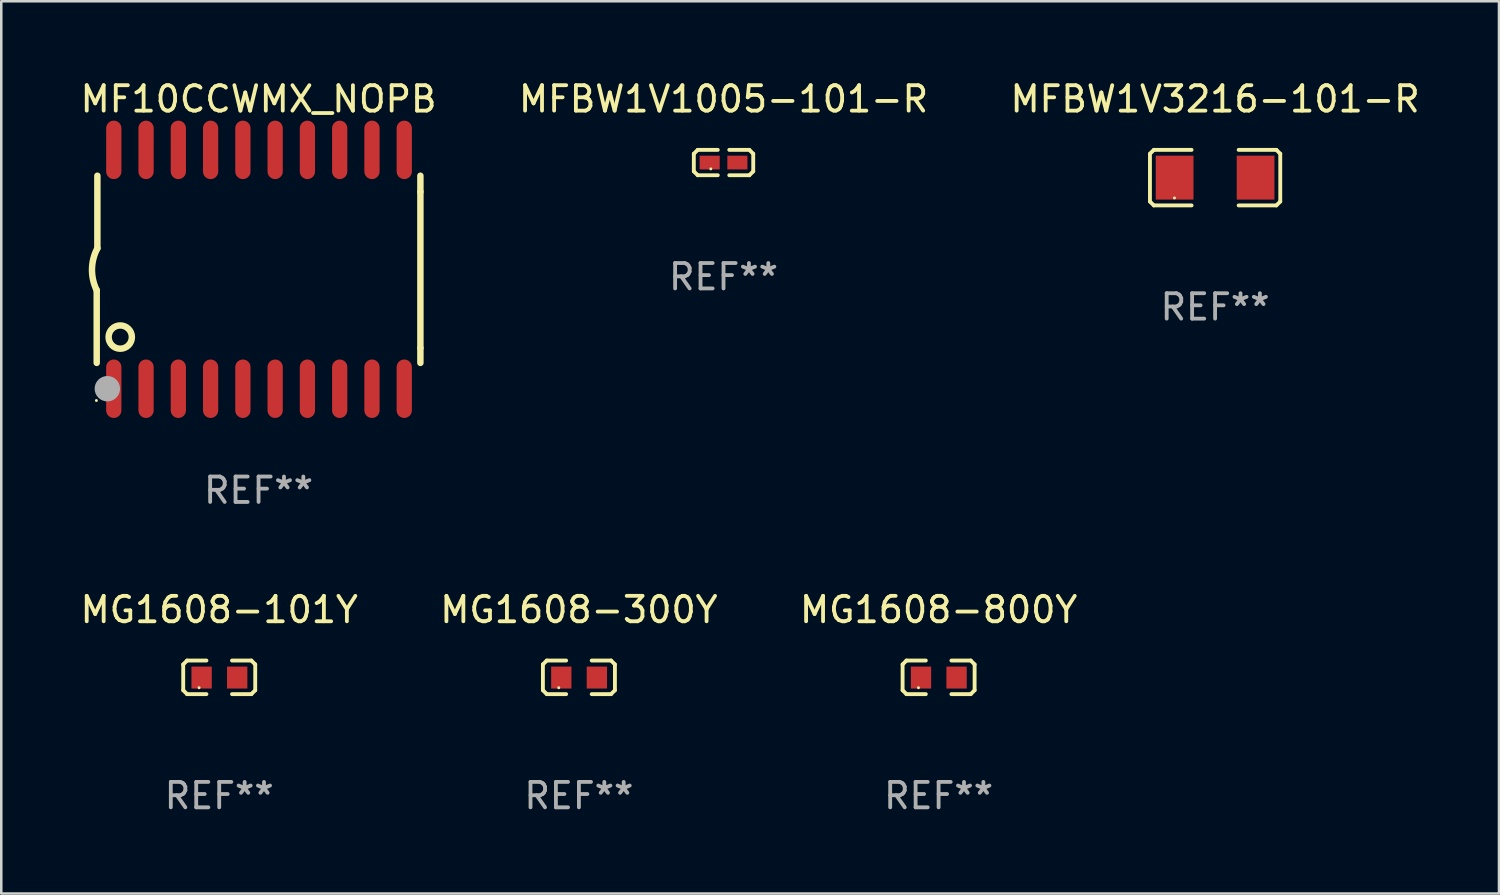
<source format=kicad_pcb>
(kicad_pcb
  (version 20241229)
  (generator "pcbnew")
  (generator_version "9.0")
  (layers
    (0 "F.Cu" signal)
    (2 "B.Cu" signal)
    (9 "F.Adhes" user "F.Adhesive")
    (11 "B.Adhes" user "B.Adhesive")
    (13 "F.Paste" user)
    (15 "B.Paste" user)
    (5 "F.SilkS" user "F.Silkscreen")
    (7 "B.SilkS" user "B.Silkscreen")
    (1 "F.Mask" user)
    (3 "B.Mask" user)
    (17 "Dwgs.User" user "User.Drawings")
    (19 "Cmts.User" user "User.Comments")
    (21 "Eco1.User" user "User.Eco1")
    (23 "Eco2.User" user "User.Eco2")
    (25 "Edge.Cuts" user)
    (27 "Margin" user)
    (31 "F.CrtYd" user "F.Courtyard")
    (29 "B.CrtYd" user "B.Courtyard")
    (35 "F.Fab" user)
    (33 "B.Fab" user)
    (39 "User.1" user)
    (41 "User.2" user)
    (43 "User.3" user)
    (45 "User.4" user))
  (footprint "MG1608-101Y"
    (layer "F.Cu")
    (at 5.577 23.605)
    (property "Reference" "MG1608-101Y" (at 0 -2.661 0) (layer "F.SilkS") (effects (font (size 1 1) (thickness 0.15))))
    (attr through_hole)
    (fp_line (start -1.417 -0.508) (end -1.265 -0.661) (stroke (width 0.152) (type solid)) (layer "F.SilkS"))
    (fp_line (start -1.417 0.508) (end -1.417 -0.508) (stroke (width 0.152) (type solid)) (layer "F.SilkS"))
    (fp_line (start -1.265 -0.661) (end -0.503 -0.661) (stroke (width 0.152) (type solid)) (layer "F.SilkS"))
    (fp_line (start -1.265 0.661) (end -1.417 0.508) (stroke (width 0.152) (type solid)) (layer "F.SilkS"))
    (fp_line (start -1.265 0.661) (end -0.503 0.661) (stroke (width 0.152) (type solid)) (layer "F.SilkS"))
    (fp_line (start 1.265 -0.661) (end 0.503 -0.661) (stroke (width 0.152) (type solid)) (layer "F.SilkS"))
    (fp_line (start 1.265 -0.661) (end 1.417 -0.508) (stroke (width 0.152) (type solid)) (layer "F.SilkS"))
    (fp_line (start 1.265 0.661) (end 0.503 0.661) (stroke (width 0.152) (type solid)) (layer "F.SilkS"))
    (fp_line (start 1.417 -0.508) (end 1.417 0.508) (stroke (width 0.152) (type solid)) (layer "F.SilkS"))
    (fp_line (start 1.417 0.508) (end 1.265 0.661) (stroke (width 0.152) (type solid)) (layer "F.SilkS"))
    (fp_circle (center -0.793 0.409) (end -0.763 0.409) (stroke (width 0.06) (type solid)) (fill no) (layer "F.SilkS"))
    (fp_text user "REF**" (at 0 4.661 0) (layer "F.Fab") (effects (font (size 1 1) (thickness 0.15))))
    (pad "1" smd rect (at -0.693 0.009 180) (size 0.8 0.864) (layers "F.Cu" "F.Mask" "F.Paste"))
    (pad "2" smd rect (at 0.707 0.009 180) (size 0.8 0.864) (layers "F.Cu" "F.Mask" "F.Paste")))
  (footprint "MG1608-800Y"
    (layer "F.Cu")
    (at 33.887 23.605)
    (property "Reference" "MG1608-800Y" (at 0 -2.661 0) (layer "F.SilkS") (effects (font (size 1 1) (thickness 0.15))))
    (attr through_hole)
    (fp_line (start -1.417 -0.508) (end -1.265 -0.661) (stroke (width 0.152) (type solid)) (layer "F.SilkS"))
    (fp_line (start -1.417 0.508) (end -1.417 -0.508) (stroke (width 0.152) (type solid)) (layer "F.SilkS"))
    (fp_line (start -1.265 -0.661) (end -0.503 -0.661) (stroke (width 0.152) (type solid)) (layer "F.SilkS"))
    (fp_line (start -1.265 0.661) (end -1.417 0.508) (stroke (width 0.152) (type solid)) (layer "F.SilkS"))
    (fp_line (start -1.265 0.661) (end -0.503 0.661) (stroke (width 0.152) (type solid)) (layer "F.SilkS"))
    (fp_line (start 1.265 -0.661) (end 0.503 -0.661) (stroke (width 0.152) (type solid)) (layer "F.SilkS"))
    (fp_line (start 1.265 -0.661) (end 1.417 -0.508) (stroke (width 0.152) (type solid)) (layer "F.SilkS"))
    (fp_line (start 1.265 0.661) (end 0.503 0.661) (stroke (width 0.152) (type solid)) (layer "F.SilkS"))
    (fp_line (start 1.417 -0.508) (end 1.417 0.508) (stroke (width 0.152) (type solid)) (layer "F.SilkS"))
    (fp_line (start 1.417 0.508) (end 1.265 0.661) (stroke (width 0.152) (type solid)) (layer "F.SilkS"))
    (fp_circle (center -0.793 0.409) (end -0.763 0.409) (stroke (width 0.06) (type solid)) (fill no) (layer "F.SilkS"))
    (fp_text user "REF**" (at 0 4.661 0) (layer "F.Fab") (effects (font (size 1 1) (thickness 0.15))))
    (pad "1" smd rect (at -0.693 0.009 180) (size 0.8 0.864) (layers "F.Cu" "F.Mask" "F.Paste"))
    (pad "2" smd rect (at 0.707 0.009 180) (size 0.8 0.864) (layers "F.Cu" "F.Mask" "F.Paste")))
  (footprint "MFBW1V3216-101-R"
    (layer "F.Cu")
    (at 44.768 3.941)
    (property "Reference" "MFBW1V3216-101-R" (at 0 -3.093 0) (layer "F.SilkS") (effects (font (size 1 1) (thickness 0.15))))
    (attr through_hole)
    (fp_line (start -2.564 -0.94) (end -2.411 -1.093) (stroke (width 0.152) (type solid)) (layer "F.SilkS"))
    (fp_line (start -2.564 0.94) (end -2.564 -0.94) (stroke (width 0.152) (type solid)) (layer "F.SilkS"))
    (fp_line (start -2.411 -1.093) (end -0.926 -1.093) (stroke (width 0.152) (type solid)) (layer "F.SilkS"))
    (fp_line (start -2.411 1.093) (end -2.564 0.94) (stroke (width 0.152) (type solid)) (layer "F.SilkS"))
    (fp_line (start -0.926 1.093) (end -2.411 1.093) (stroke (width 0.152) (type solid)) (layer "F.SilkS"))
    (fp_line (start 0.926 1.093) (end 2.411 1.093) (stroke (width 0.152) (type solid)) (layer "F.SilkS"))
    (fp_line (start 2.411 -1.093) (end 0.926 -1.093) (stroke (width 0.152) (type solid)) (layer "F.SilkS"))
    (fp_line (start 2.411 1.093) (end 2.564 0.94) (stroke (width 0.152) (type solid)) (layer "F.SilkS"))
    (fp_line (start 2.564 -0.94) (end 2.411 -1.093) (stroke (width 0.152) (type solid)) (layer "F.SilkS"))
    (fp_line (start 2.564 0.94) (end 2.564 -0.94) (stroke (width 0.152) (type solid)) (layer "F.SilkS"))
    (fp_circle (center -1.6 0.8) (end -1.57 0.8) (stroke (width 0.06) (type solid)) (fill no) (layer "F.SilkS"))
    (fp_text user "REF**" (at 0 5.093 0) (layer "F.Fab") (effects (font (size 1 1) (thickness 0.15))))
    (pad "1" smd rect (at -1.593 0) (size 1.485 1.728) (layers "F.Cu" "F.Mask" "F.Paste"))
    (pad "2" smd rect (at 1.593 0) (size 1.485 1.728) (layers "F.Cu" "F.Mask" "F.Paste")))
  (footprint "MF10CCWMX_NOPB"
    (layer "F.Cu")
    (at 7.125 7.548)
    (property "Reference" "MF10CCWMX_NOPB" (at 0 -6.7 0) (layer "F.SilkS") (effects (font (size 1 1) (thickness 0.15))))
    (attr through_hole)
    (fp_line (start -6.369 0.826) (end -6.369 3.683) (stroke (width 0.254) (type solid)) (layer "F.SilkS"))
    (fp_line (start -6.343 -0.825) (end -6.343 -3.683) (stroke (width 0.254) (type solid)) (layer "F.SilkS"))
    (fp_line (start 6.369 -3.048) (end 6.369 -3.683) (stroke (width 0.254) (type solid)) (layer "F.SilkS"))
    (fp_line (start 6.369 -3.048) (end 6.369 3.096) (stroke (width 0.254) (type solid)) (layer "F.SilkS"))
    (fp_line (start 6.369 3.096) (end 6.369 3.683) (stroke (width 0.254) (type solid)) (layer "F.SilkS"))
    (fp_arc (start -6.36853 0.825552) (mid -6.554743 -0.00301) (end -6.343129 -0.825451) (stroke (width 0.254001) (type solid)) (layer "F.SilkS"))
    (fp_circle (center -6.382 5.163) (end -6.352 5.163) (stroke (width 0.06) (type solid)) (fill no) (layer "F.SilkS"))
    (fp_circle (center -5.443 2.667) (end -4.985 2.667) (stroke (width 0.254) (type solid)) (fill no) (layer "F.SilkS"))
    (fp_circle (center -5.951 4.699) (end -5.701 4.699) (stroke (width 0.5) (type solid)) (fill no) (layer "F.Fab"))
    (fp_text user "REF**" (at 0 8.7 0) (layer "F.Fab") (effects (font (size 1 1) (thickness 0.15))))
    (pad "1" smd oval (at -5.697 4.7 180) (size 0.6 2.3) (layers "F.Cu" "F.Mask" "F.Paste"))
    (pad "2" smd oval (at -4.427 4.7 180) (size 0.6 2.3) (layers "F.Cu" "F.Mask" "F.Paste"))
    (pad "3" smd oval (at -3.157 4.7 180) (size 0.6 2.3) (layers "F.Cu" "F.Mask" "F.Paste"))
    (pad "4" smd oval (at -1.887 4.7 180) (size 0.6 2.3) (layers "F.Cu" "F.Mask" "F.Paste"))
    (pad "5" smd oval (at -0.617 4.7 180) (size 0.6 2.3) (layers "F.Cu" "F.Mask" "F.Paste"))
    (pad "6" smd oval (at 0.653 4.7 180) (size 0.6 2.3) (layers "F.Cu" "F.Mask" "F.Paste"))
    (pad "7" smd oval (at 1.923 4.7 180) (size 0.6 2.3) (layers "F.Cu" "F.Mask" "F.Paste"))
    (pad "8" smd oval (at 3.193 4.7 180) (size 0.6 2.3) (layers "F.Cu" "F.Mask" "F.Paste"))
    (pad "9" smd oval (at 4.463 4.7 180) (size 0.6 2.3) (layers "F.Cu" "F.Mask" "F.Paste"))
    (pad "10" smd oval (at 5.734 4.7 180) (size 0.6 2.3) (layers "F.Cu" "F.Mask" "F.Paste"))
    (pad "11" smd oval (at 5.734 -4.7 180) (size 0.6 2.3) (layers "F.Cu" "F.Mask" "F.Paste"))
    (pad "12" smd oval (at 4.463 -4.7 180) (size 0.6 2.3) (layers "F.Cu" "F.Mask" "F.Paste"))
    (pad "13" smd oval (at 3.193 -4.7 180) (size 0.6 2.3) (layers "F.Cu" "F.Mask" "F.Paste"))
    (pad "14" smd oval (at 1.923 -4.7 180) (size 0.6 2.3) (layers "F.Cu" "F.Mask" "F.Paste"))
    (pad "15" smd oval (at 0.653 -4.7 180) (size 0.6 2.3) (layers "F.Cu" "F.Mask" "F.Paste"))
    (pad "16" smd oval (at -0.617 -4.7 180) (size 0.6 2.3) (layers "F.Cu" "F.Mask" "F.Paste"))
    (pad "17" smd oval (at -1.887 -4.7 180) (size 0.6 2.3) (layers "F.Cu" "F.Mask" "F.Paste"))
    (pad "18" smd oval (at -3.157 -4.7 180) (size 0.6 2.3) (layers "F.Cu" "F.Mask" "F.Paste"))
    (pad "19" smd oval (at -4.427 -4.7 180) (size 0.6 2.3) (layers "F.Cu" "F.Mask" "F.Paste"))
    (pad "20" smd oval (at -5.697 -4.7 180) (size 0.6 2.3) (layers "F.Cu" "F.Mask" "F.Paste")))
  (footprint "MFBW1V1005-101-R"
    (layer "F.Cu")
    (at 25.423 3.347)
    (property "Reference" "MFBW1V1005-101-R" (at 0 -2.499 0) (layer "F.SilkS") (effects (font (size 1 1) (thickness 0.15))))
    (attr through_hole)
    (fp_line (start -1.169 -0.346) (end -1.016 -0.499) (stroke (width 0.152) (type solid)) (layer "F.SilkS"))
    (fp_line (start -1.169 0.346) (end -1.169 -0.346) (stroke (width 0.152) (type solid)) (layer "F.SilkS"))
    (fp_line (start -1.016 -0.499) (end -0.226 -0.499) (stroke (width 0.152) (type solid)) (layer "F.SilkS"))
    (fp_line (start -1.016 0.499) (end -1.169 0.346) (stroke (width 0.152) (type solid)) (layer "F.SilkS"))
    (fp_line (start -0.226 0.499) (end -1.016 0.499) (stroke (width 0.152) (type solid)) (layer "F.SilkS"))
    (fp_line (start 0.226 0.499) (end 1.016 0.499) (stroke (width 0.152) (type solid)) (layer "F.SilkS"))
    (fp_line (start 1.016 -0.499) (end 0.226 -0.499) (stroke (width 0.152) (type solid)) (layer "F.SilkS"))
    (fp_line (start 1.016 0.499) (end 1.169 0.346) (stroke (width 0.152) (type solid)) (layer "F.SilkS"))
    (fp_line (start 1.169 -0.346) (end 1.016 -0.499) (stroke (width 0.152) (type solid)) (layer "F.SilkS"))
    (fp_line (start 1.169 0.346) (end 1.169 -0.346) (stroke (width 0.152) (type solid)) (layer "F.SilkS"))
    (fp_circle (center -0.5 0.25) (end -0.47 0.25) (stroke (width 0.06) (type solid)) (fill no) (layer "F.SilkS"))
    (fp_text user "REF**" (at 0 4.499 0) (layer "F.Fab") (effects (font (size 1 1) (thickness 0.15))))
    (pad "1" smd rect (at -0.545 0) (size 0.79 0.54) (layers "F.Cu" "F.Mask" "F.Paste"))
    (pad "2" smd rect (at 0.545 0) (size 0.79 0.54) (layers "F.Cu" "F.Mask" "F.Paste")))
  (footprint "MG1608-300Y"
    (layer "F.Cu")
    (at 19.732 23.605)
    (property "Reference" "MG1608-300Y" (at 0 -2.661 0) (layer "F.SilkS") (effects (font (size 1 1) (thickness 0.15))))
    (attr through_hole)
    (fp_line (start -1.417 -0.508) (end -1.265 -0.661) (stroke (width 0.152) (type solid)) (layer "F.SilkS"))
    (fp_line (start -1.417 0.508) (end -1.417 -0.508) (stroke (width 0.152) (type solid)) (layer "F.SilkS"))
    (fp_line (start -1.265 -0.661) (end -0.503 -0.661) (stroke (width 0.152) (type solid)) (layer "F.SilkS"))
    (fp_line (start -1.265 0.661) (end -1.417 0.508) (stroke (width 0.152) (type solid)) (layer "F.SilkS"))
    (fp_line (start -1.265 0.661) (end -0.503 0.661) (stroke (width 0.152) (type solid)) (layer "F.SilkS"))
    (fp_line (start 1.265 -0.661) (end 0.503 -0.661) (stroke (width 0.152) (type solid)) (layer "F.SilkS"))
    (fp_line (start 1.265 -0.661) (end 1.417 -0.508) (stroke (width 0.152) (type solid)) (layer "F.SilkS"))
    (fp_line (start 1.265 0.661) (end 0.503 0.661) (stroke (width 0.152) (type solid)) (layer "F.SilkS"))
    (fp_line (start 1.417 -0.508) (end 1.417 0.508) (stroke (width 0.152) (type solid)) (layer "F.SilkS"))
    (fp_line (start 1.417 0.508) (end 1.265 0.661) (stroke (width 0.152) (type solid)) (layer "F.SilkS"))
    (fp_circle (center -0.793 0.409) (end -0.763 0.409) (stroke (width 0.06) (type solid)) (fill no) (layer "F.SilkS"))
    (fp_text user "REF**" (at 0 4.661 0) (layer "F.Fab") (effects (font (size 1 1) (thickness 0.15))))
    (pad "1" smd rect (at -0.693 0.009 180) (size 0.8 0.864) (layers "F.Cu" "F.Mask" "F.Paste"))
    (pad "2" smd rect (at 0.707 0.009 180) (size 0.8 0.864) (layers "F.Cu" "F.Mask" "F.Paste")))
  (gr_rect
    (start -3 -3)
    (end 55.94 32.114)
    (stroke (width 0.1) (type default))
    (fill no)
    (layer "Edge.Cuts")))
</source>
